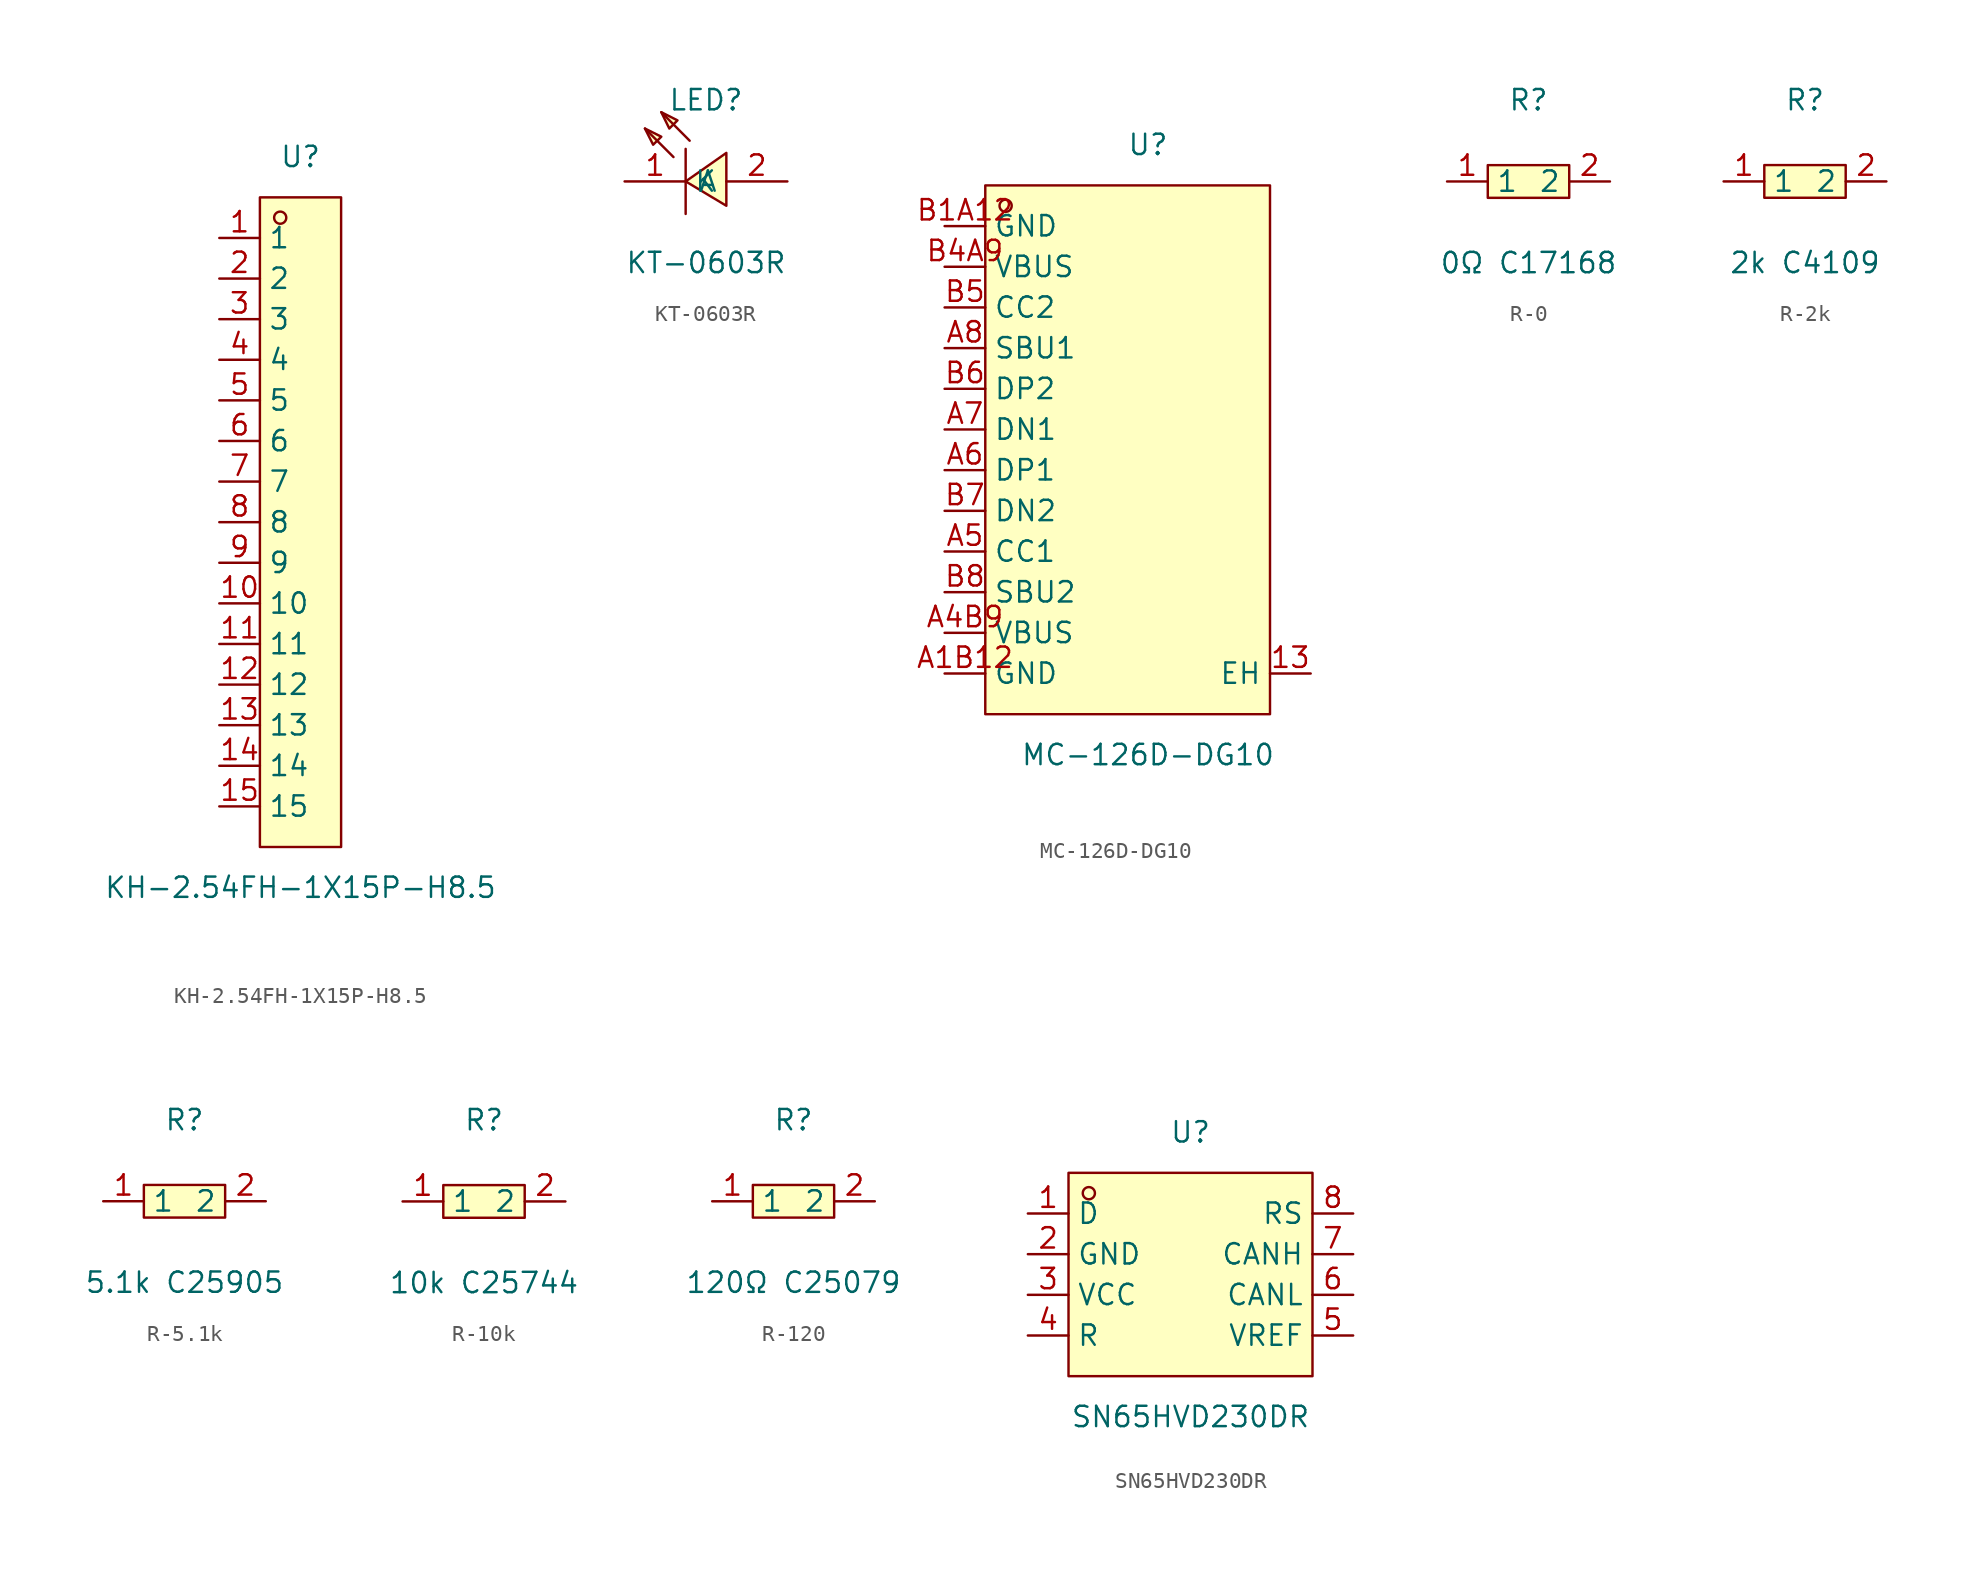
<source format=kicad_sym>
(kicad_symbol_lib
  (version 20220914)
  (generator kicad_symbol_editor)
  (symbol "KH-2.54FH-1X15P-H8.5"
    (property "Reference" "U"
      (at 0 22.86 0)
      (effects (font (size 1.27 1.27))))
    (property "Value" "KH-2.54FH-1X15P-H8.5"
      (at 0 -22.86 0)
      (effects (font (size 1.27 1.27))))
    (symbol "KH-2.54FH-1X15P-H8.5_0_1"
      (rectangle (start -2.54 20.32) (end 2.54 -20.32) (stroke (width 0) (type default)) (fill (type background)))
      (circle (center -1.27 19.05) (radius 0.38) (stroke (width 0) (type default)) (fill (type none)))
      (pin unspecified line (at -5.08 17.78 0) (length 2.54) (name "1" (effects (font (size 1.27 1.27)))) (number "1" (effects (font (size 1.27 1.27)))))
      (pin unspecified line (at -5.08 -5.08 0) (length 2.54) (name "10" (effects (font (size 1.27 1.27)))) (number "10" (effects (font (size 1.27 1.27)))))
      (pin unspecified line (at -5.08 -7.62 0) (length 2.54) (name "11" (effects (font (size 1.27 1.27)))) (number "11" (effects (font (size 1.27 1.27)))))
      (pin unspecified line (at -5.08 -10.16 0) (length 2.54) (name "12" (effects (font (size 1.27 1.27)))) (number "12" (effects (font (size 1.27 1.27)))))
      (pin unspecified line (at -5.08 -12.7 0) (length 2.54) (name "13" (effects (font (size 1.27 1.27)))) (number "13" (effects (font (size 1.27 1.27)))))
      (pin unspecified line (at -5.08 -15.24 0) (length 2.54) (name "14" (effects (font (size 1.27 1.27)))) (number "14" (effects (font (size 1.27 1.27)))))
      (pin unspecified line (at -5.08 -17.78 0) (length 2.54) (name "15" (effects (font (size 1.27 1.27)))) (number "15" (effects (font (size 1.27 1.27)))))
      (pin unspecified line (at -5.08 15.24 0) (length 2.54) (name "2" (effects (font (size 1.27 1.27)))) (number "2" (effects (font (size 1.27 1.27)))))
      (pin unspecified line (at -5.08 12.7 0) (length 2.54) (name "3" (effects (font (size 1.27 1.27)))) (number "3" (effects (font (size 1.27 1.27)))))
      (pin unspecified line (at -5.08 10.16 0) (length 2.54) (name "4" (effects (font (size 1.27 1.27)))) (number "4" (effects (font (size 1.27 1.27)))))
      (pin unspecified line (at -5.08 7.62 0) (length 2.54) (name "5" (effects (font (size 1.27 1.27)))) (number "5" (effects (font (size 1.27 1.27)))))
      (pin unspecified line (at -5.08 5.08 0) (length 2.54) (name "6" (effects (font (size 1.27 1.27)))) (number "6" (effects (font (size 1.27 1.27)))))
      (pin unspecified line (at -5.08 2.54 0) (length 2.54) (name "7" (effects (font (size 1.27 1.27)))) (number "7" (effects (font (size 1.27 1.27)))))
      (pin unspecified line (at -5.08 0 0) (length 2.54) (name "8" (effects (font (size 1.27 1.27)))) (number "8" (effects (font (size 1.27 1.27)))))
      (pin unspecified line (at -5.08 -2.54 0) (length 2.54) (name "9" (effects (font (size 1.27 1.27)))) (number "9" (effects (font (size 1.27 1.27)))))))
  (symbol "KT-0603R"
    (property "Reference" "LED"
      (at 0 5.08 0)
      (effects (font (size 1.27 1.27))))
    (property "Value" "KT-0603R"
      (at 0 -5.08 0)
      (effects (font (size 1.27 1.27))))
    (symbol "KT-0603R_0_1"
      (polyline (pts (xy -2.03 1.52) (xy -3.81 3.3)) (stroke (width 0) (type default)) (fill (type none)))
      (polyline (pts (xy -1.27 2.03) (xy -1.27 -2.03)) (stroke (width 0) (type default)) (fill (type none)))
      (polyline (pts (xy -1.02 2.54) (xy -2.79 4.32)) (stroke (width 0) (type default)) (fill (type none)))
      (polyline (pts (xy -3.81 3.3) (xy -2.79 2.79) (xy -3.3 2.29) (xy -3.81 3.3)) (stroke (width 0) (type default)) (fill (type background)))
      (polyline (pts (xy -2.79 4.32) (xy -1.78 3.81) (xy -2.29 3.3) (xy -2.79 4.32)) (stroke (width 0) (type default)) (fill (type background)))
      (polyline (pts (xy 1.27 -1.52) (xy -1.27 0) (xy 1.27 1.78) (xy 1.27 -1.52)) (stroke (width 0) (type default)) (fill (type background)))
      (pin unspecified line (at -5.08 0 0) (length 3.81) (name "K" (effects (font (size 1.27 1.27)))) (number "1" (effects (font (size 1.27 1.27)))))
      (pin unspecified line (at 5.08 0 180) (length 3.81) (name "A" (effects (font (size 1.27 1.27)))) (number "2" (effects (font (size 1.27 1.27)))))))
  (symbol "MC-126D-DG10"
    (property "Reference" "U"
      (at 0 20.32 0)
      (effects (font (size 1.27 1.27))))
    (property "Value" "MC-126D-DG10"
      (at 0 -17.78 0)
      (effects (font (size 1.27 1.27))))
    (symbol "MC-126D-DG10_0_1"
      (rectangle (start -10.16 17.78) (end 7.62 -15.24) (stroke (width 0) (type default)) (fill (type background)))
      (circle (center -8.89 16.51) (radius 0.38) (stroke (width 0) (type default)) (fill (type none)))
      (pin unspecified line (at 10.16 -12.7 180) (length 2.54) (name "EH" (effects (font (size 1.27 1.27)))) (number "13" (effects (font (size 1.27 1.27)))))
      (pin unspecified line (at -12.7 -12.7 0) (length 2.54) (name "GND" (effects (font (size 1.27 1.27)))) (number "A1B12" (effects (font (size 1.27 1.27)))))
      (pin unspecified line (at -12.7 -10.16 0) (length 2.54) (name "VBUS" (effects (font (size 1.27 1.27)))) (number "A4B9" (effects (font (size 1.27 1.27)))))
      (pin unspecified line (at -12.7 -5.08 0) (length 2.54) (name "CC1" (effects (font (size 1.27 1.27)))) (number "A5" (effects (font (size 1.27 1.27)))))
      (pin unspecified line (at -12.7 0 0) (length 2.54) (name "DP1" (effects (font (size 1.27 1.27)))) (number "A6" (effects (font (size 1.27 1.27)))))
      (pin unspecified line (at -12.7 2.54 0) (length 2.54) (name "DN1" (effects (font (size 1.27 1.27)))) (number "A7" (effects (font (size 1.27 1.27)))))
      (pin unspecified line (at -12.7 7.62 0) (length 2.54) (name "SBU1" (effects (font (size 1.27 1.27)))) (number "A8" (effects (font (size 1.27 1.27)))))
      (pin unspecified line (at -12.7 15.24 0) (length 2.54) (name "GND" (effects (font (size 1.27 1.27)))) (number "B1A12" (effects (font (size 1.27 1.27)))))
      (pin unspecified line (at -12.7 12.7 0) (length 2.54) (name "VBUS" (effects (font (size 1.27 1.27)))) (number "B4A9" (effects (font (size 1.27 1.27)))))
      (pin unspecified line (at -12.7 10.16 0) (length 2.54) (name "CC2" (effects (font (size 1.27 1.27)))) (number "B5" (effects (font (size 1.27 1.27)))))
      (pin unspecified line (at -12.7 5.08 0) (length 2.54) (name "DP2" (effects (font (size 1.27 1.27)))) (number "B6" (effects (font (size 1.27 1.27)))))
      (pin unspecified line (at -12.7 -2.54 0) (length 2.54) (name "DN2" (effects (font (size 1.27 1.27)))) (number "B7" (effects (font (size 1.27 1.27)))))
      (pin unspecified line (at -12.7 -7.62 0) (length 2.54) (name "SBU2" (effects (font (size 1.27 1.27)))) (number "B8" (effects (font (size 1.27 1.27)))))))
  (symbol "R-0"
    (property "Reference" "R"
      (at 0 5.08 0)
      (effects (font (size 1.27 1.27))))
    (property "Value" "0Ω C17168"
      (at 0 -5.08 0)
      (effects (font (size 1.27 1.27))))
    (symbol "R-0_0_1"
      (rectangle (start -2.54 1.02) (end 2.54 -1.02) (stroke (width 0) (type default)) (fill (type background)))
      (pin input line (at -5.08 0 0) (length 2.54) (name "1" (effects (font (size 1.27 1.27)))) (number "1" (effects (font (size 1.27 1.27)))))
      (pin input line (at 5.08 0 180) (length 2.54) (name "2" (effects (font (size 1.27 1.27)))) (number "2" (effects (font (size 1.27 1.27)))))))
  (symbol "R-2k"
    (property "Reference" "R"
      (at 0 5.08 0)
      (effects (font (size 1.27 1.27))))
    (property "Value" "2k C4109"
      (at 0 -5.08 0)
      (effects (font (size 1.27 1.27))))
    (symbol "R-2k_0_1"
      (rectangle (start -2.54 1.02) (end 2.54 -1.02) (stroke (width 0) (type default)) (fill (type background)))
      (pin input line (at -5.08 0 0) (length 2.54) (name "1" (effects (font (size 1.27 1.27)))) (number "1" (effects (font (size 1.27 1.27)))))
      (pin input line (at 5.08 0 180) (length 2.54) (name "2" (effects (font (size 1.27 1.27)))) (number "2" (effects (font (size 1.27 1.27)))))))
  (symbol "R-5.1k"
    (property "Reference" "R"
      (at 0 5.08 0)
      (effects (font (size 1.27 1.27))))
    (property "Value" "5.1k C25905"
      (at 0 -5.08 0)
      (effects (font (size 1.27 1.27))))
    (symbol "R-5.1k_0_1"
      (rectangle (start -2.54 1.02) (end 2.54 -1.02) (stroke (width 0) (type default)) (fill (type background)))
      (pin input line (at -5.08 0 0) (length 2.54) (name "1" (effects (font (size 1.27 1.27)))) (number "1" (effects (font (size 1.27 1.27)))))
      (pin input line (at 5.08 0 180) (length 2.54) (name "2" (effects (font (size 1.27 1.27)))) (number "2" (effects (font (size 1.27 1.27)))))))
  (symbol "R-10k"
    (property "Reference" "R"
      (at 0 5.08 0)
      (effects (font (size 1.27 1.27))))
    (property "Value" "10k C25744"
      (at 0 -5.08 0)
      (effects (font (size 1.27 1.27))))
    (symbol "R-10k_0_1"
      (rectangle (start -2.54 1.02) (end 2.54 -1.02) (stroke (width 0) (type default)) (fill (type background)))
      (pin input line (at -5.08 0 0) (length 2.54) (name "1" (effects (font (size 1.27 1.27)))) (number "1" (effects (font (size 1.27 1.27)))))
      (pin input line (at 5.08 0 180) (length 2.54) (name "2" (effects (font (size 1.27 1.27)))) (number "2" (effects (font (size 1.27 1.27)))))))
  (symbol "R-120"
    (property "Reference" "R"
      (at 0 5.08 0)
      (effects (font (size 1.27 1.27))))
    (property "Value" "120Ω C25079"
      (at 0 -5.08 0)
      (effects (font (size 1.27 1.27))))
    (symbol "R-120_0_1"
      (rectangle (start -2.54 1.02) (end 2.54 -1.02) (stroke (width 0) (type default)) (fill (type background)))
      (pin input line (at -5.08 0 0) (length 2.54) (name "1" (effects (font (size 1.27 1.27)))) (number "1" (effects (font (size 1.27 1.27)))))
      (pin input line (at 5.08 0 180) (length 2.54) (name "2" (effects (font (size 1.27 1.27)))) (number "2" (effects (font (size 1.27 1.27)))))))
  (symbol "SN65HVD230DR"
    (property "Reference" "U"
      (at 0 8.89 0)
      (effects (font (size 1.27 1.27))))
    (property "Value" "SN65HVD230DR"
      (at 0 -8.89 0)
      (effects (font (size 1.27 1.27))))
    (symbol "SN65HVD230DR_0_1"
      (rectangle (start -7.62 6.35) (end 7.62 -6.35) (stroke (width 0) (type default)) (fill (type background)))
      (circle (center -6.35 5.08) (radius 0.38) (stroke (width 0) (type default)) (fill (type none)))
      (pin unspecified line (at -10.16 3.81 0) (length 2.54) (name "D" (effects (font (size 1.27 1.27)))) (number "1" (effects (font (size 1.27 1.27)))))
      (pin unspecified line (at -10.16 1.27 0) (length 2.54) (name "GND" (effects (font (size 1.27 1.27)))) (number "2" (effects (font (size 1.27 1.27)))))
      (pin unspecified line (at -10.16 -1.27 0) (length 2.54) (name "VCC" (effects (font (size 1.27 1.27)))) (number "3" (effects (font (size 1.27 1.27)))))
      (pin unspecified line (at -10.16 -3.81 0) (length 2.54) (name "R" (effects (font (size 1.27 1.27)))) (number "4" (effects (font (size 1.27 1.27)))))
      (pin unspecified line (at 10.16 -3.81 180) (length 2.54) (name "VREF" (effects (font (size 1.27 1.27)))) (number "5" (effects (font (size 1.27 1.27)))))
      (pin unspecified line (at 10.16 -1.27 180) (length 2.54) (name "CANL" (effects (font (size 1.27 1.27)))) (number "6" (effects (font (size 1.27 1.27)))))
      (pin unspecified line (at 10.16 1.27 180) (length 2.54) (name "CANH" (effects (font (size 1.27 1.27)))) (number "7" (effects (font (size 1.27 1.27)))))
      (pin unspecified line (at 10.16 3.81 180) (length 2.54) (name "RS" (effects (font (size 1.27 1.27)))) (number "8" (effects (font (size 1.27 1.27))))))))
</source>
